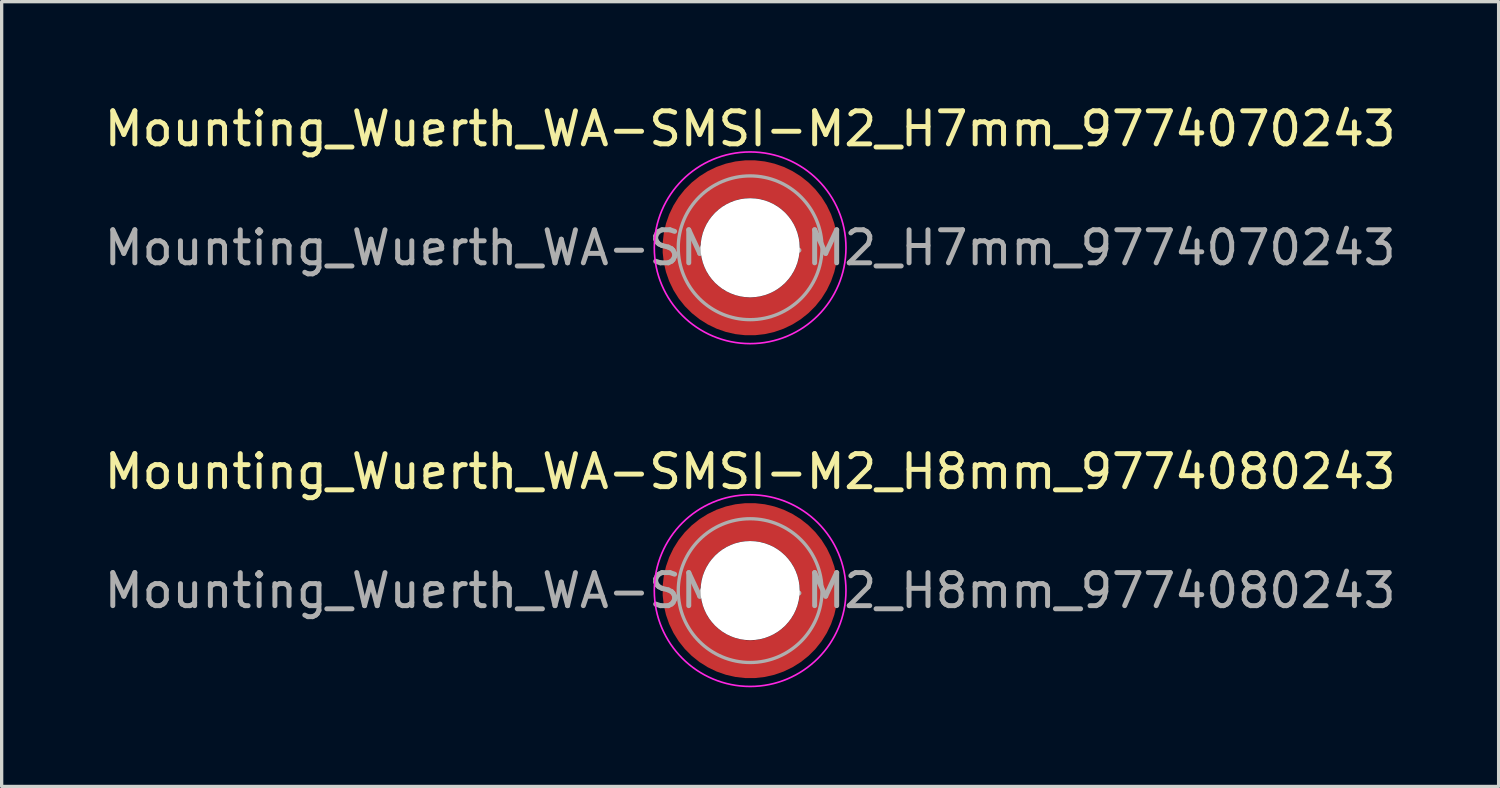
<source format=kicad_pcb>
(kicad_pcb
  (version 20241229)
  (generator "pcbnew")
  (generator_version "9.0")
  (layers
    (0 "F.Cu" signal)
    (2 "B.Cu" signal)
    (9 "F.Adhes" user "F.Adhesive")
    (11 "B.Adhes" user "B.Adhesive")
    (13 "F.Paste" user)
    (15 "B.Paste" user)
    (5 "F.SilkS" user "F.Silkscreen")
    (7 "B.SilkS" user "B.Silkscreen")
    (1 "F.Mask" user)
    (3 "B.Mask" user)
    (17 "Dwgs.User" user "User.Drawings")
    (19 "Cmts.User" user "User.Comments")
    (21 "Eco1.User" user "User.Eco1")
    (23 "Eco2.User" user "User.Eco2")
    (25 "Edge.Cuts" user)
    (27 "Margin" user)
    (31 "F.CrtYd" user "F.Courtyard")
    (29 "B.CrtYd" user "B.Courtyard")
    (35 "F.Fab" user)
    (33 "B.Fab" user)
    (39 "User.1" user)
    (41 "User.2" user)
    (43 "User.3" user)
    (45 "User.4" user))
  (footprint "Mounting_Wuerth_WA-SMSI-M2_H7mm_9774070243"
    (layer "F.Cu")
    (at 19.649 4.448)
    (property "Reference" "Mounting_Wuerth_WA-SMSI-M2_H7mm_9774070243" (at 0 -3.6 0) (layer "F.SilkS") (effects (font (size 1 1) (thickness 0.15))))
    (attr smd allow_soldermask_bridges)
    (fp_circle (center 0 0) (end 2.9 0) (stroke (width 0.05) (type solid)) (fill no) (layer "F.CrtYd"))
    (fp_circle (center 0 0) (end 2.175 0) (stroke (width 0.1) (type solid)) (fill no) (layer "F.Fab"))
    (fp_text user "${REFERENCE}" (at 0 0 0) (layer "F.Fab") (effects (font (size 1 1) (thickness 0.15))))
    (pad "" smd custom (at -1.453 -1.453) (size 0.505 0.505) (layers "F.Paste") (options (anchor circle)) (primitives (gr_arc (start -0.147677 1.053104) (mid 0.286378 0.286378) (end 1.053104 -0.147677) (width 0.2)) (gr_arc (start -0.240295 1.053104) (mid 0.222739 0.222739) (end 1.053104 -0.240295) (width 0.2)) (gr_arc (start -0.332645 1.053104) (mid 0.159099 0.159099) (end 1.053104 -0.332645) (width 0.2)) (gr_arc (start -0.424767 1.053104) (mid 0.095459 0.095459) (end 1.053104 -0.424767) (width 0.2)) (gr_arc (start -0.516693 1.053104) (mid 0.03182 0.03182) (end 1.053104 -0.516693) (width 0.2)) (gr_arc (start -0.608448 1.053104) (mid -0.03182 -0.03182) (end 1.053104 -0.608448) (width 0.2)) (gr_arc (start -0.700056 1.053104) (mid -0.095459 -0.095459) (end 1.053104 -0.700056) (width 0.2)) (gr_arc (start -0.791534 1.053104) (mid -0.159099 -0.159099) (end 1.053104 -0.791534) (width 0.2)) (gr_arc (start -0.882896 1.053104) (mid -0.222739 -0.222739) (end 1.053104 -0.882896) (width 0.2)) (gr_arc (start -0.974157 1.053104) (mid -0.286378 -0.286378) (end 1.053104 -0.974157) (width 0.2)) (gr_line (start 1.053 -0.148) (end 1.053 -0.974) (width 0.2)) (gr_line (start -0.148 1.053) (end -0.974 1.053) (width 0.2))))
    (pad "" smd custom (at -1.453 1.453) (size 0.505 0.505) (layers "F.Paste") (options (anchor circle)) (primitives (gr_arc (start 1.053104 0.147677) (mid 0.286378 -0.286378) (end -0.147677 -1.053104) (width 0.2)) (gr_arc (start 1.053104 0.240295) (mid 0.222739 -0.222739) (end -0.240295 -1.053104) (width 0.2)) (gr_arc (start 1.053104 0.332645) (mid 0.159099 -0.159099) (end -0.332645 -1.053104) (width 0.2)) (gr_arc (start 1.053104 0.424767) (mid 0.095459 -0.095459) (end -0.424767 -1.053104) (width 0.2)) (gr_arc (start 1.053104 0.516693) (mid 0.03182 -0.03182) (end -0.516693 -1.053104) (width 0.2)) (gr_arc (start 1.053104 0.608448) (mid -0.03182 0.03182) (end -0.608448 -1.053104) (width 0.2)) (gr_arc (start 1.053104 0.700056) (mid -0.095459 0.095459) (end -0.700056 -1.053104) (width 0.2)) (gr_arc (start 1.053104 0.791534) (mid -0.159099 0.159099) (end -0.791534 -1.053104) (width 0.2)) (gr_arc (start 1.053104 0.882896) (mid -0.222739 0.222739) (end -0.882896 -1.053104) (width 0.2)) (gr_arc (start 1.053104 0.974157) (mid -0.286378 0.286378) (end -0.974157 -1.053104) (width 0.2)) (gr_line (start -0.148 -1.053) (end -0.974 -1.053) (width 0.2)) (gr_line (start 1.053 0.148) (end 1.053 0.974) (width 0.2))))
    (pad "" np_thru_hole circle (at 0 0) (size 3 3) (drill 3) (layers "*.Cu" "*.Mask"))
    (pad "" smd custom (at 1.453 -1.453) (size 0.505 0.505) (layers "F.Paste") (options (anchor circle)) (primitives (gr_arc (start -1.053104 -0.147677) (mid -0.286378 0.286378) (end 0.147677 1.053104) (width 0.2)) (gr_arc (start -1.053104 -0.240295) (mid -0.222739 0.222739) (end 0.240295 1.053104) (width 0.2)) (gr_arc (start -1.053104 -0.332645) (mid -0.159099 0.159099) (end 0.332645 1.053104) (width 0.2)) (gr_arc (start -1.053104 -0.424767) (mid -0.095459 0.095459) (end 0.424767 1.053104) (width 0.2)) (gr_arc (start -1.053104 -0.516693) (mid -0.03182 0.03182) (end 0.516693 1.053104) (width 0.2)) (gr_arc (start -1.053104 -0.608448) (mid 0.03182 -0.03182) (end 0.608448 1.053104) (width 0.2)) (gr_arc (start -1.053104 -0.700056) (mid 0.095459 -0.095459) (end 0.700056 1.053104) (width 0.2)) (gr_arc (start -1.053104 -0.791534) (mid 0.159099 -0.159099) (end 0.791534 1.053104) (width 0.2)) (gr_arc (start -1.053104 -0.882896) (mid 0.222739 -0.222739) (end 0.882896 1.053104) (width 0.2)) (gr_arc (start -1.053104 -0.974157) (mid 0.286378 -0.286378) (end 0.974157 1.053104) (width 0.2)) (gr_line (start 0.148 1.053) (end 0.974 1.053) (width 0.2)) (gr_line (start -1.053 -0.148) (end -1.053 -0.974) (width 0.2))))
    (pad "" smd custom (at 1.453 1.453) (size 0.505 0.505) (layers "F.Paste") (options (anchor circle)) (primitives (gr_arc (start 0.147677 -1.053104) (mid -0.286378 -0.286378) (end -1.053104 0.147677) (width 0.2)) (gr_arc (start 0.240295 -1.053104) (mid -0.222739 -0.222739) (end -1.053104 0.240295) (width 0.2)) (gr_arc (start 0.332645 -1.053104) (mid -0.159099 -0.159099) (end -1.053104 0.332645) (width 0.2)) (gr_arc (start 0.424767 -1.053104) (mid -0.095459 -0.095459) (end -1.053104 0.424767) (width 0.2)) (gr_arc (start 0.516693 -1.053104) (mid -0.03182 -0.03182) (end -1.053104 0.516693) (width 0.2)) (gr_arc (start 0.608448 -1.053104) (mid 0.03182 0.03182) (end -1.053104 0.608448) (width 0.2)) (gr_arc (start 0.700056 -1.053104) (mid 0.095459 0.095459) (end -1.053104 0.700056) (width 0.2)) (gr_arc (start 0.791534 -1.053104) (mid 0.159099 0.159099) (end -1.053104 0.791534) (width 0.2)) (gr_arc (start 0.882896 -1.053104) (mid 0.222739 0.222739) (end -1.053104 0.882896) (width 0.2)) (gr_arc (start 0.974157 -1.053104) (mid 0.286378 0.286378) (end -1.053104 0.974157) (width 0.2)) (gr_line (start -1.053 0.148) (end -1.053 0.974) (width 0.2)) (gr_line (start 0.148 -1.053) (end 0.974 -1.053) (width 0.2))))
    (pad "1" smd circle (at -2.075 0) (size 0.642 0.642) (layers "F.Cu"))
    (pad "1" smd circle (at 0 -2.075) (size 0.642 0.642) (layers "F.Cu"))
    (pad "1" smd circle (at 0 2.075) (size 0.642 0.642) (layers "F.Cu"))
    (pad "1" smd custom (at 2.075 0) (size 1.15 1.15) (layers "F.Cu" "F.Mask") (options (anchor circle)) (primitives (gr_circle (center -2.075 0) (end 0 0) (width 1.15) (fill no)))))
  (footprint "Mounting_Wuerth_WA-SMSI-M2_H8mm_9774080243"
    (layer "F.Cu")
    (at 19.649 14.822)
    (property "Reference" "Mounting_Wuerth_WA-SMSI-M2_H8mm_9774080243" (at 0 -3.6 0) (layer "F.SilkS") (effects (font (size 1 1) (thickness 0.15))))
    (attr smd allow_soldermask_bridges)
    (fp_circle (center 0 0) (end 2.9 0) (stroke (width 0.05) (type solid)) (fill no) (layer "F.CrtYd"))
    (fp_circle (center 0 0) (end 2.175 0) (stroke (width 0.1) (type solid)) (fill no) (layer "F.Fab"))
    (fp_text user "${REFERENCE}" (at 0 0 0) (layer "F.Fab") (effects (font (size 1 1) (thickness 0.15))))
    (pad "" smd custom (at -1.453 -1.453) (size 0.505 0.505) (layers "F.Paste") (options (anchor circle)) (primitives (gr_arc (start -0.147677 1.053104) (mid 0.286378 0.286378) (end 1.053104 -0.147677) (width 0.2)) (gr_arc (start -0.240295 1.053104) (mid 0.222739 0.222739) (end 1.053104 -0.240295) (width 0.2)) (gr_arc (start -0.332645 1.053104) (mid 0.159099 0.159099) (end 1.053104 -0.332645) (width 0.2)) (gr_arc (start -0.424767 1.053104) (mid 0.095459 0.095459) (end 1.053104 -0.424767) (width 0.2)) (gr_arc (start -0.516693 1.053104) (mid 0.03182 0.03182) (end 1.053104 -0.516693) (width 0.2)) (gr_arc (start -0.608448 1.053104) (mid -0.03182 -0.03182) (end 1.053104 -0.608448) (width 0.2)) (gr_arc (start -0.700056 1.053104) (mid -0.095459 -0.095459) (end 1.053104 -0.700056) (width 0.2)) (gr_arc (start -0.791534 1.053104) (mid -0.159099 -0.159099) (end 1.053104 -0.791534) (width 0.2)) (gr_arc (start -0.882896 1.053104) (mid -0.222739 -0.222739) (end 1.053104 -0.882896) (width 0.2)) (gr_arc (start -0.974157 1.053104) (mid -0.286378 -0.286378) (end 1.053104 -0.974157) (width 0.2)) (gr_line (start 1.053 -0.148) (end 1.053 -0.974) (width 0.2)) (gr_line (start -0.148 1.053) (end -0.974 1.053) (width 0.2))))
    (pad "" smd custom (at -1.453 1.453) (size 0.505 0.505) (layers "F.Paste") (options (anchor circle)) (primitives (gr_arc (start 1.053104 0.147677) (mid 0.286378 -0.286378) (end -0.147677 -1.053104) (width 0.2)) (gr_arc (start 1.053104 0.240295) (mid 0.222739 -0.222739) (end -0.240295 -1.053104) (width 0.2)) (gr_arc (start 1.053104 0.332645) (mid 0.159099 -0.159099) (end -0.332645 -1.053104) (width 0.2)) (gr_arc (start 1.053104 0.424767) (mid 0.095459 -0.095459) (end -0.424767 -1.053104) (width 0.2)) (gr_arc (start 1.053104 0.516693) (mid 0.03182 -0.03182) (end -0.516693 -1.053104) (width 0.2)) (gr_arc (start 1.053104 0.608448) (mid -0.03182 0.03182) (end -0.608448 -1.053104) (width 0.2)) (gr_arc (start 1.053104 0.700056) (mid -0.095459 0.095459) (end -0.700056 -1.053104) (width 0.2)) (gr_arc (start 1.053104 0.791534) (mid -0.159099 0.159099) (end -0.791534 -1.053104) (width 0.2)) (gr_arc (start 1.053104 0.882896) (mid -0.222739 0.222739) (end -0.882896 -1.053104) (width 0.2)) (gr_arc (start 1.053104 0.974157) (mid -0.286378 0.286378) (end -0.974157 -1.053104) (width 0.2)) (gr_line (start -0.148 -1.053) (end -0.974 -1.053) (width 0.2)) (gr_line (start 1.053 0.148) (end 1.053 0.974) (width 0.2))))
    (pad "" np_thru_hole circle (at 0 0) (size 3 3) (drill 3) (layers "*.Cu" "*.Mask"))
    (pad "" smd custom (at 1.453 -1.453) (size 0.505 0.505) (layers "F.Paste") (options (anchor circle)) (primitives (gr_arc (start -1.053104 -0.147677) (mid -0.286378 0.286378) (end 0.147677 1.053104) (width 0.2)) (gr_arc (start -1.053104 -0.240295) (mid -0.222739 0.222739) (end 0.240295 1.053104) (width 0.2)) (gr_arc (start -1.053104 -0.332645) (mid -0.159099 0.159099) (end 0.332645 1.053104) (width 0.2)) (gr_arc (start -1.053104 -0.424767) (mid -0.095459 0.095459) (end 0.424767 1.053104) (width 0.2)) (gr_arc (start -1.053104 -0.516693) (mid -0.03182 0.03182) (end 0.516693 1.053104) (width 0.2)) (gr_arc (start -1.053104 -0.608448) (mid 0.03182 -0.03182) (end 0.608448 1.053104) (width 0.2)) (gr_arc (start -1.053104 -0.700056) (mid 0.095459 -0.095459) (end 0.700056 1.053104) (width 0.2)) (gr_arc (start -1.053104 -0.791534) (mid 0.159099 -0.159099) (end 0.791534 1.053104) (width 0.2)) (gr_arc (start -1.053104 -0.882896) (mid 0.222739 -0.222739) (end 0.882896 1.053104) (width 0.2)) (gr_arc (start -1.053104 -0.974157) (mid 0.286378 -0.286378) (end 0.974157 1.053104) (width 0.2)) (gr_line (start 0.148 1.053) (end 0.974 1.053) (width 0.2)) (gr_line (start -1.053 -0.148) (end -1.053 -0.974) (width 0.2))))
    (pad "" smd custom (at 1.453 1.453) (size 0.505 0.505) (layers "F.Paste") (options (anchor circle)) (primitives (gr_arc (start 0.147677 -1.053104) (mid -0.286378 -0.286378) (end -1.053104 0.147677) (width 0.2)) (gr_arc (start 0.240295 -1.053104) (mid -0.222739 -0.222739) (end -1.053104 0.240295) (width 0.2)) (gr_arc (start 0.332645 -1.053104) (mid -0.159099 -0.159099) (end -1.053104 0.332645) (width 0.2)) (gr_arc (start 0.424767 -1.053104) (mid -0.095459 -0.095459) (end -1.053104 0.424767) (width 0.2)) (gr_arc (start 0.516693 -1.053104) (mid -0.03182 -0.03182) (end -1.053104 0.516693) (width 0.2)) (gr_arc (start 0.608448 -1.053104) (mid 0.03182 0.03182) (end -1.053104 0.608448) (width 0.2)) (gr_arc (start 0.700056 -1.053104) (mid 0.095459 0.095459) (end -1.053104 0.700056) (width 0.2)) (gr_arc (start 0.791534 -1.053104) (mid 0.159099 0.159099) (end -1.053104 0.791534) (width 0.2)) (gr_arc (start 0.882896 -1.053104) (mid 0.222739 0.222739) (end -1.053104 0.882896) (width 0.2)) (gr_arc (start 0.974157 -1.053104) (mid 0.286378 0.286378) (end -1.053104 0.974157) (width 0.2)) (gr_line (start -1.053 0.148) (end -1.053 0.974) (width 0.2)) (gr_line (start 0.148 -1.053) (end 0.974 -1.053) (width 0.2))))
    (pad "1" smd circle (at -2.075 0) (size 0.642 0.642) (layers "F.Cu"))
    (pad "1" smd circle (at 0 -2.075) (size 0.642 0.642) (layers "F.Cu"))
    (pad "1" smd circle (at 0 2.075) (size 0.642 0.642) (layers "F.Cu"))
    (pad "1" smd custom (at 2.075 0) (size 1.15 1.15) (layers "F.Cu" "F.Mask") (options (anchor circle)) (primitives (gr_circle (center -2.075 0) (end 0 0) (width 1.15) (fill no)))))
  (gr_rect
    (start -3 -3)
    (end 42.298 20.747)
    (stroke (width 0.1) (type default))
    (fill no)
    (layer "Edge.Cuts")))
</source>
